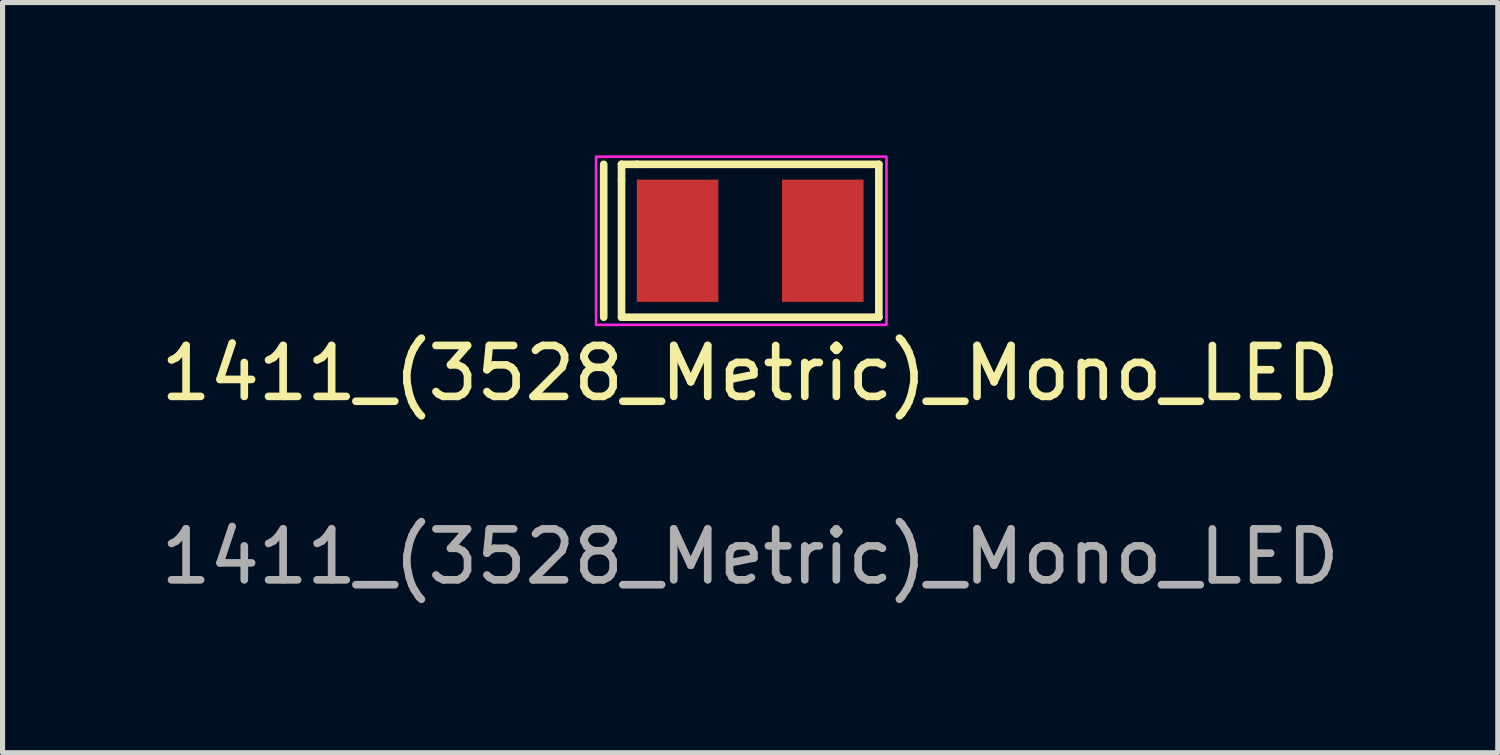
<source format=kicad_pcb>
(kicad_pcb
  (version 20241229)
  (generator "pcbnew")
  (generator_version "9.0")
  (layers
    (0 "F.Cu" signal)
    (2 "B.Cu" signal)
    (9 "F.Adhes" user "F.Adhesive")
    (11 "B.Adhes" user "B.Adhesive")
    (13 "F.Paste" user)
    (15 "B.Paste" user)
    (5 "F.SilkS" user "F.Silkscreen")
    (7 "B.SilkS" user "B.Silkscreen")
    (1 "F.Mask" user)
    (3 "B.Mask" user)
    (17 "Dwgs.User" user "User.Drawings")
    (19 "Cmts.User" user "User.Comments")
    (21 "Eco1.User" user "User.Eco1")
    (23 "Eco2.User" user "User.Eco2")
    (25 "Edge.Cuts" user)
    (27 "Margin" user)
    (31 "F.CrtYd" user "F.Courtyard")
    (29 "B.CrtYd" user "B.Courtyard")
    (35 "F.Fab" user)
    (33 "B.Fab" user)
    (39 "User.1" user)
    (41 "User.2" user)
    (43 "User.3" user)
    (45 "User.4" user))
  (footprint "1411_(3528_Metric)_Mono_LED"
    (layer "F.Cu")
    (at 11.673 1.675)
    (property "Reference" "1411_(3528_Metric)_Mono_LED" (at 0 2.6 0) (unlocked yes) (layer "F.SilkS") (effects (font (size 1 1) (thickness 0.15))))
    (attr smd)
    (fp_line (start -2.875 -1.5) (end -2.875 1.5) (stroke (width 0.15) (type default)) (layer "F.SilkS"))
    (fp_line (start -2.525 -1.5) (end -2.225 -1.5) (stroke (width 0.15) (type default)) (layer "F.SilkS"))
    (fp_line (start -2.525 -1.2) (end -2.525 -1.5) (stroke (width 0.15) (type default)) (layer "F.SilkS"))
    (fp_line (start -2.525 -1.2) (end -2.525 1.5) (stroke (width 0.15) (type default)) (layer "F.SilkS"))
    (fp_line (start -2.525 1.5) (end 2.525 1.5) (stroke (width 0.15) (type default)) (layer "F.SilkS"))
    (fp_line (start 2.525 -1.5) (end -2.225 -1.5) (stroke (width 0.15) (type default)) (layer "F.SilkS"))
    (fp_line (start 2.525 1.5) (end 2.525 -1.5) (stroke (width 0.15) (type default)) (layer "F.SilkS"))
    (fp_rect (start -3.025 -1.65) (end 2.675 1.65) (stroke (width 0.05) (type default)) (fill no) (layer "F.CrtYd"))
    (fp_text user "${REFERENCE}" (at 0 6.2 0) (unlocked yes) (layer "F.Fab") (effects (font (size 1 1) (thickness 0.15))))
    (pad "1" smd rect (at -1.425 0 180) (size 1.6 2.4) (layers "F.Cu" "F.Mask" "F.Paste"))
    (pad "2" smd rect (at 1.425 0 180) (size 1.6 2.4) (layers "F.Cu" "F.Mask" "F.Paste")))
  (gr_rect
    (start -3 -3)
    (end 26.345 11.723)
    (stroke (width 0.1) (type default))
    (fill no)
    (layer "Edge.Cuts")))
</source>
